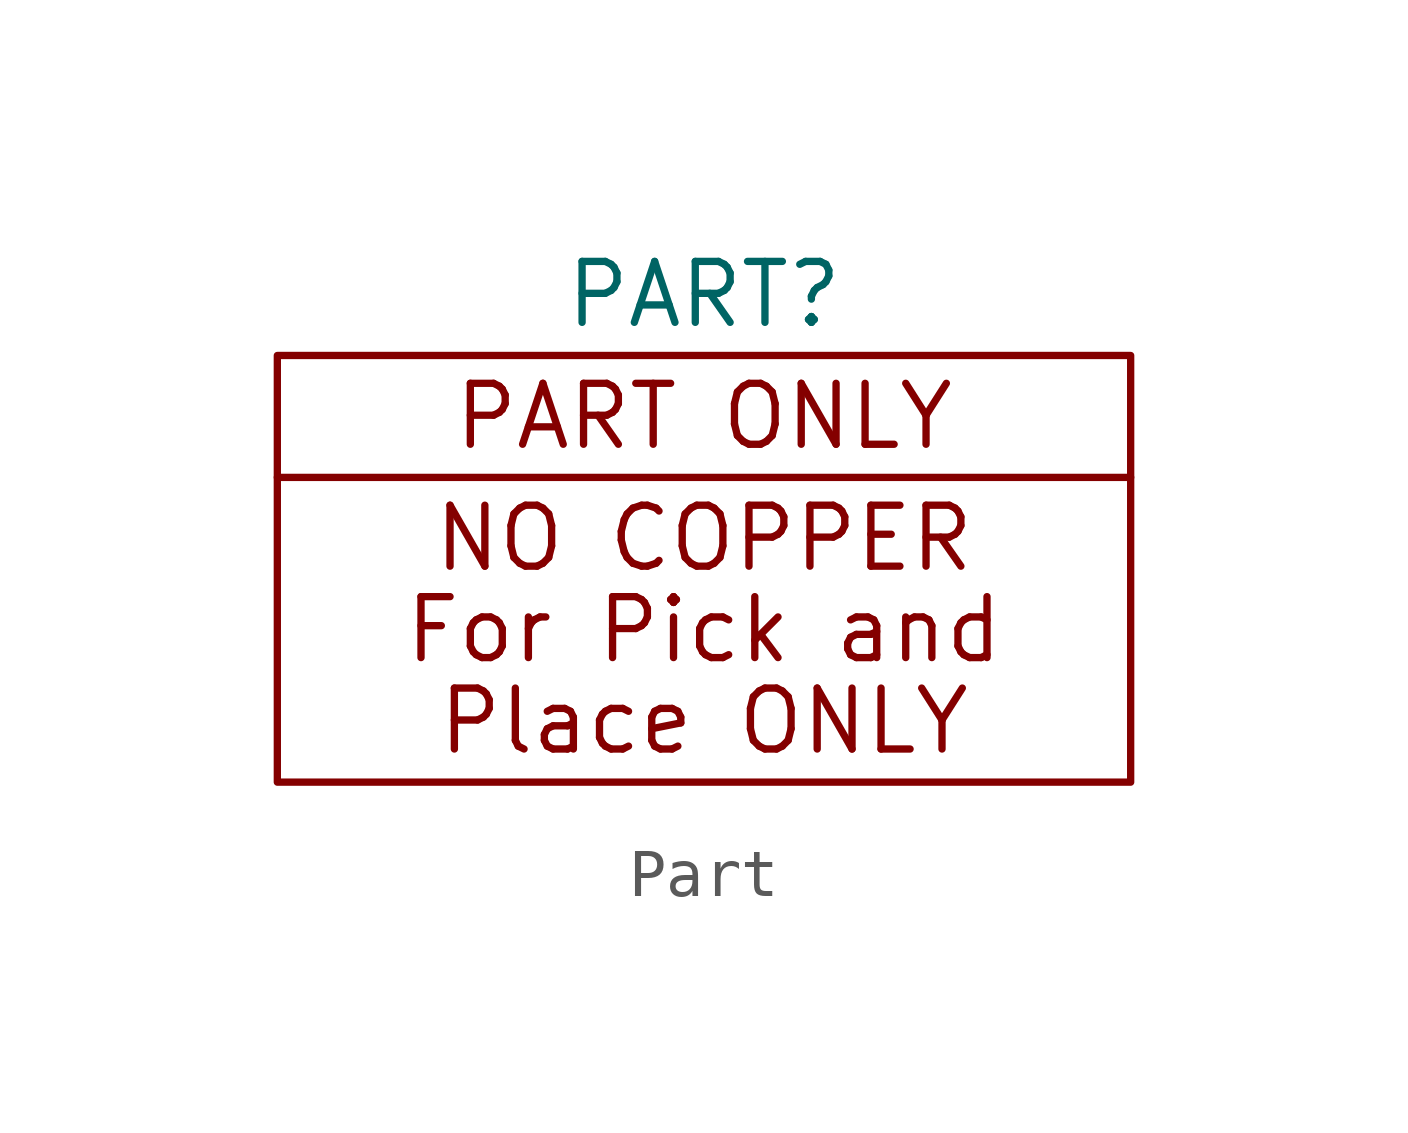
<source format=kicad_sym>
(kicad_symbol_lib
  (version 20211014)
  (generator kicad_symbol_editor)
  (symbol "Part"
    (pin_numbers hide)
    (pin_names
      (offset 0) hide)
    (property "Reference" "PART"
      (at 0 2.54 0)
      (effects (font (size 1.27 1.27))))
    (symbol "Part_0_0"
      (rectangle (start -8.89 1.27) (end 8.89 -7.62) (stroke (width 0) (type default) (color 0 0 0 0)) (fill (type none)))
      (polyline (pts (xy -8.89 -1.27) (xy 8.89 -1.27)) (stroke (width 0) (type default) (color 0 0 0 0)) (fill (type none)))
      (text "For Pick and" (at 0 -4.445 0) (effects (font (size 1.27 1.27))))
      (text "NO COPPER" (at 0 -2.54 0) (effects (font (size 1.27 1.27))))
      (text "PART ONLY" (at 0 0 0) (effects (font (size 1.27 1.27))))
      (text "Place ONLY" (at 0 -6.35 0) (effects (font (size 1.27 1.27)))))))
</source>
